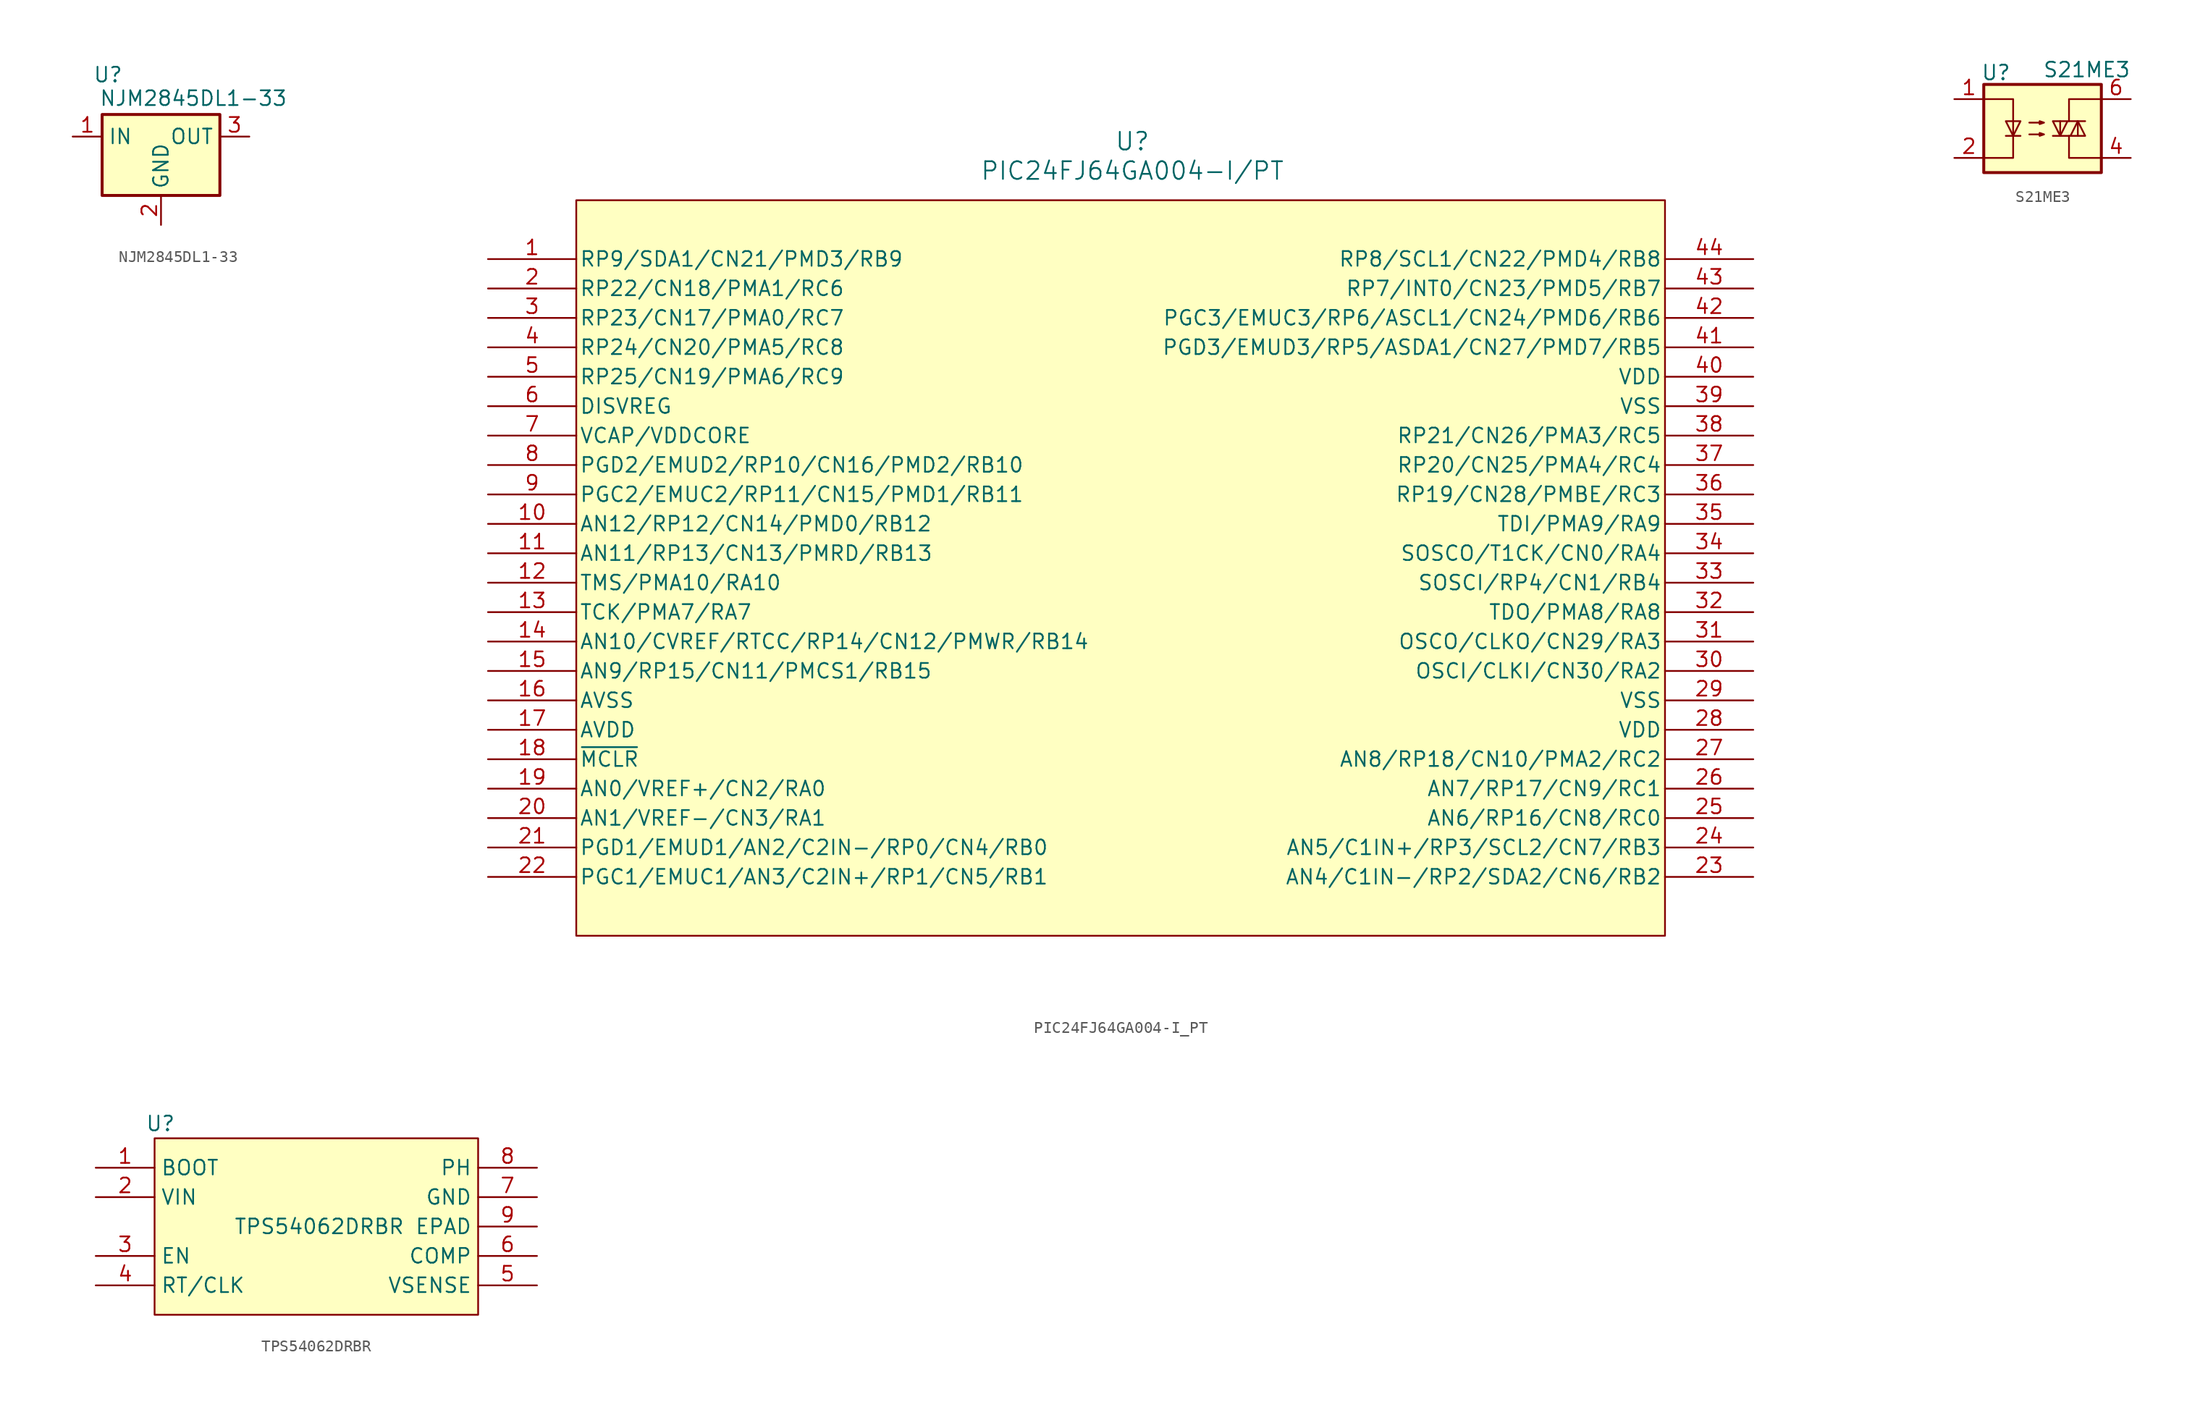
<source format=kicad_sym>
(kicad_symbol_lib
  (version 20231120)
  (generator "kicad_symbol_editor")
  (generator_version "8.0")
  (symbol "NJM2845DL1-33"
    (property "Reference" "U"
      (at 3.048 5.334 0)
      (effects (font (size 1.27 1.27))))
    (property "Value" "NJM2845DL1-33"
      (at 10.414 3.302 0)
      (effects (font (size 1.27 1.27))))
    (symbol "NJM2845DL1-33_0_1"
      (rectangle (start 2.54 1.905) (end 12.7 -5.08) (stroke (width 0.254) (type default)) (fill (type background))))
    (symbol "NJM2845DL1-33_1_1"
      (pin power_in line (at 0 0 0) (length 2.54) (name "IN" (effects (font (size 1.27 1.27)))) (number "1" (effects (font (size 1.27 1.27)))))
      (pin power_in line (at 7.62 -7.62 90) (length 2.54) (name "GND" (effects (font (size 1.27 1.27)))) (number "2" (effects (font (size 1.27 1.27)))))
      (pin power_out line (at 15.24 0 180) (length 2.54) (name "OUT" (effects (font (size 1.27 1.27)))) (number "3" (effects (font (size 1.27 1.27)))))))
  (symbol "PIC24FJ64GA004-I_PT"
    (pin_names
      (offset 0.254))
    (property "Reference" "U"
      (at 55.626 10.16 0)
      (effects (font (size 1.524 1.524))))
    (property "Value" "PIC24FJ64GA004-I/PT"
      (at 55.626 7.62 0)
      (effects (font (size 1.524 1.524))))
    (symbol "PIC24FJ64GA004-I_PT_0_1"
      (pin unspecified line (at 0 0 0) (length 7.62) (name "RP9/SDA1/CN21/PMD3/RB9" (effects (font (size 1.27 1.27)))) (number "1" (effects (font (size 1.27 1.27)))))
      (pin unspecified line (at 0 -22.86 0) (length 7.62) (name "AN12/RP12/CN14/PMD0/RB12" (effects (font (size 1.27 1.27)))) (number "10" (effects (font (size 1.27 1.27)))))
      (pin unspecified line (at 0 -25.4 0) (length 7.62) (name "AN11/RP13/CN13/PMRD/RB13" (effects (font (size 1.27 1.27)))) (number "11" (effects (font (size 1.27 1.27)))))
      (pin unspecified line (at 0 -27.94 0) (length 7.62) (name "TMS/PMA10/RA10" (effects (font (size 1.27 1.27)))) (number "12" (effects (font (size 1.27 1.27)))))
      (pin unspecified line (at 0 -30.48 0) (length 7.62) (name "TCK/PMA7/RA7" (effects (font (size 1.27 1.27)))) (number "13" (effects (font (size 1.27 1.27)))))
      (pin unspecified line (at 0 -33.02 0) (length 7.62) (name "AN10/CVREF/RTCC/RP14/CN12/PMWR/RB14" (effects (font (size 1.27 1.27)))) (number "14" (effects (font (size 1.27 1.27)))))
      (pin unspecified line (at 0 -35.56 0) (length 7.62) (name "AN9/RP15/CN11/PMCS1/RB15" (effects (font (size 1.27 1.27)))) (number "15" (effects (font (size 1.27 1.27)))))
      (pin unspecified line (at 0 -38.1 0) (length 7.62) (name "AVSS" (effects (font (size 1.27 1.27)))) (number "16" (effects (font (size 1.27 1.27)))))
      (pin unspecified line (at 0 -40.64 0) (length 7.62) (name "AVDD" (effects (font (size 1.27 1.27)))) (number "17" (effects (font (size 1.27 1.27)))))
      (pin unspecified line (at 0 -45.72 0) (length 7.62) (name "AN0/VREF+/CN2/RA0" (effects (font (size 1.27 1.27)))) (number "19" (effects (font (size 1.27 1.27)))))
      (pin unspecified line (at 0 -2.54 0) (length 7.62) (name "RP22/CN18/PMA1/RC6" (effects (font (size 1.27 1.27)))) (number "2" (effects (font (size 1.27 1.27)))))
      (pin unspecified line (at 0 -48.26 0) (length 7.62) (name "AN1/VREF-/CN3/RA1" (effects (font (size 1.27 1.27)))) (number "20" (effects (font (size 1.27 1.27)))))
      (pin unspecified line (at 0 -50.8 0) (length 7.62) (name "PGD1/EMUD1/AN2/C2IN-/RP0/CN4/RB0" (effects (font (size 1.27 1.27)))) (number "21" (effects (font (size 1.27 1.27)))))
      (pin unspecified line (at 0 -53.34 0) (length 7.62) (name "PGC1/EMUC1/AN3/C2IN+/RP1/CN5/RB1" (effects (font (size 1.27 1.27)))) (number "22" (effects (font (size 1.27 1.27)))))
      (pin unspecified line (at 109.22 -53.34 180) (length 7.62) (name "AN4/C1IN-/RP2/SDA2/CN6/RB2" (effects (font (size 1.27 1.27)))) (number "23" (effects (font (size 1.27 1.27)))))
      (pin unspecified line (at 109.22 -50.8 180) (length 7.62) (name "AN5/C1IN+/RP3/SCL2/CN7/RB3" (effects (font (size 1.27 1.27)))) (number "24" (effects (font (size 1.27 1.27)))))
      (pin unspecified line (at 109.22 -48.26 180) (length 7.62) (name "AN6/RP16/CN8/RC0" (effects (font (size 1.27 1.27)))) (number "25" (effects (font (size 1.27 1.27)))))
      (pin unspecified line (at 109.22 -45.72 180) (length 7.62) (name "AN7/RP17/CN9/RC1" (effects (font (size 1.27 1.27)))) (number "26" (effects (font (size 1.27 1.27)))))
      (pin unspecified line (at 109.22 -43.18 180) (length 7.62) (name "AN8/RP18/CN10/PMA2/RC2" (effects (font (size 1.27 1.27)))) (number "27" (effects (font (size 1.27 1.27)))))
      (pin unspecified line (at 109.22 -40.64 180) (length 7.62) (name "VDD" (effects (font (size 1.27 1.27)))) (number "28" (effects (font (size 1.27 1.27)))))
      (pin unspecified line (at 109.22 -38.1 180) (length 7.62) (name "VSS" (effects (font (size 1.27 1.27)))) (number "29" (effects (font (size 1.27 1.27)))))
      (pin unspecified line (at 0 -5.08 0) (length 7.62) (name "RP23/CN17/PMA0/RC7" (effects (font (size 1.27 1.27)))) (number "3" (effects (font (size 1.27 1.27)))))
      (pin unspecified line (at 109.22 -35.56 180) (length 7.62) (name "OSCI/CLKI/CN30/RA2" (effects (font (size 1.27 1.27)))) (number "30" (effects (font (size 1.27 1.27)))))
      (pin unspecified line (at 109.22 -33.02 180) (length 7.62) (name "OSCO/CLKO/CN29/RA3" (effects (font (size 1.27 1.27)))) (number "31" (effects (font (size 1.27 1.27)))))
      (pin unspecified line (at 109.22 -30.48 180) (length 7.62) (name "TDO/PMA8/RA8" (effects (font (size 1.27 1.27)))) (number "32" (effects (font (size 1.27 1.27)))))
      (pin unspecified line (at 109.22 -27.94 180) (length 7.62) (name "SOSCI/RP4/CN1/RB4" (effects (font (size 1.27 1.27)))) (number "33" (effects (font (size 1.27 1.27)))))
      (pin unspecified line (at 109.22 -25.4 180) (length 7.62) (name "SOSCO/T1CK/CN0/RA4" (effects (font (size 1.27 1.27)))) (number "34" (effects (font (size 1.27 1.27)))))
      (pin unspecified line (at 109.22 -22.86 180) (length 7.62) (name "TDI/PMA9/RA9" (effects (font (size 1.27 1.27)))) (number "35" (effects (font (size 1.27 1.27)))))
      (pin unspecified line (at 109.22 -20.32 180) (length 7.62) (name "RP19/CN28/PMBE/RC3" (effects (font (size 1.27 1.27)))) (number "36" (effects (font (size 1.27 1.27)))))
      (pin unspecified line (at 109.22 -17.78 180) (length 7.62) (name "RP20/CN25/PMA4/RC4" (effects (font (size 1.27 1.27)))) (number "37" (effects (font (size 1.27 1.27)))))
      (pin unspecified line (at 109.22 -15.24 180) (length 7.62) (name "RP21/CN26/PMA3/RC5" (effects (font (size 1.27 1.27)))) (number "38" (effects (font (size 1.27 1.27)))))
      (pin unspecified line (at 109.22 -12.7 180) (length 7.62) (name "VSS" (effects (font (size 1.27 1.27)))) (number "39" (effects (font (size 1.27 1.27)))))
      (pin unspecified line (at 0 -7.62 0) (length 7.62) (name "RP24/CN20/PMA5/RC8" (effects (font (size 1.27 1.27)))) (number "4" (effects (font (size 1.27 1.27)))))
      (pin unspecified line (at 109.22 -10.16 180) (length 7.62) (name "VDD" (effects (font (size 1.27 1.27)))) (number "40" (effects (font (size 1.27 1.27)))))
      (pin unspecified line (at 109.22 -7.62 180) (length 7.62) (name "PGD3/EMUD3/RP5/ASDA1/CN27/PMD7/RB5" (effects (font (size 1.27 1.27)))) (number "41" (effects (font (size 1.27 1.27)))))
      (pin unspecified line (at 109.22 -5.08 180) (length 7.62) (name "PGC3/EMUC3/RP6/ASCL1/CN24/PMD6/RB6" (effects (font (size 1.27 1.27)))) (number "42" (effects (font (size 1.27 1.27)))))
      (pin unspecified line (at 109.22 -2.54 180) (length 7.62) (name "RP7/INT0/CN23/PMD5/RB7" (effects (font (size 1.27 1.27)))) (number "43" (effects (font (size 1.27 1.27)))))
      (pin unspecified line (at 109.22 0 180) (length 7.62) (name "RP8/SCL1/CN22/PMD4/RB8" (effects (font (size 1.27 1.27)))) (number "44" (effects (font (size 1.27 1.27)))))
      (pin unspecified line (at 0 -10.16 0) (length 7.62) (name "RP25/CN19/PMA6/RC9" (effects (font (size 1.27 1.27)))) (number "5" (effects (font (size 1.27 1.27)))))
      (pin unspecified line (at 0 -12.7 0) (length 7.62) (name "DISVREG" (effects (font (size 1.27 1.27)))) (number "6" (effects (font (size 1.27 1.27)))))
      (pin unspecified line (at 0 -15.24 0) (length 7.62) (name "VCAP/VDDCORE" (effects (font (size 1.27 1.27)))) (number "7" (effects (font (size 1.27 1.27)))))
      (pin unspecified line (at 0 -17.78 0) (length 7.62) (name "PGD2/EMUD2/RP10/CN16/PMD2/RB10" (effects (font (size 1.27 1.27)))) (number "8" (effects (font (size 1.27 1.27)))))
      (pin unspecified line (at 0 -20.32 0) (length 7.62) (name "PGC2/EMUC2/RP11/CN15/PMD1/RB11" (effects (font (size 1.27 1.27)))) (number "9" (effects (font (size 1.27 1.27))))))
    (symbol "PIC24FJ64GA004-I_PT_1_1"
      (rectangle (start 7.62 5.08) (end 101.6 -58.42) (stroke (width 0) (type default)) (fill (type background)))
      (pin unspecified line (at 0 -43.18 0) (length 7.62) (name "~{MCLR}" (effects (font (size 1.27 1.27)))) (number "18" (effects (font (size 1.27 1.27)))))))
  (symbol "S21ME3"
    (property "Reference" "U"
      (at -5.334 4.826 0)
      (effects (font (size 1.27 1.27)) (justify left)))
    (property "Value" "S21ME3"
      (at 0 5.08 0)
      (effects (font (size 1.27 1.27)) (justify left)))
    (symbol "S21ME3_0_1"
      (rectangle (start -5.08 3.81) (end 5.08 -3.81) (stroke (width 0.254) (type default)) (fill (type background)))
      (polyline (pts (xy -3.175 -0.635) (xy -1.905 -0.635)) (stroke (width 0) (type default)) (fill (type none)))
      (polyline (pts (xy 1.524 -0.635) (xy 1.524 0.635)) (stroke (width 0) (type default)) (fill (type none)))
      (polyline (pts (xy 3.048 0.635) (xy 3.048 -0.635)) (stroke (width 0) (type default)) (fill (type none)))
      (polyline (pts (xy 2.286 -0.635) (xy 2.286 -2.54) (xy 5.08 -2.54)) (stroke (width 0) (type default)) (fill (type none)))
      (polyline (pts (xy 2.286 0.635) (xy 2.286 2.54) (xy 5.08 2.54)) (stroke (width 0) (type default)) (fill (type none)))
      (polyline (pts (xy -5.08 2.54) (xy -2.54 2.54) (xy -2.54 -2.54) (xy -5.08 -2.54)) (stroke (width 0) (type default)) (fill (type none)))
      (polyline (pts (xy -2.54 -0.635) (xy -3.175 0.635) (xy -1.905 0.635) (xy -2.54 -0.635)) (stroke (width 0) (type default)) (fill (type none)))
      (polyline (pts (xy 0.889 -0.635) (xy 3.683 -0.635) (xy 3.048 0.635) (xy 2.413 -0.635)) (stroke (width 0) (type default)) (fill (type none)))
      (polyline (pts (xy 3.683 0.635) (xy 0.889 0.635) (xy 1.524 -0.635) (xy 2.159 0.635)) (stroke (width 0) (type default)) (fill (type none)))
      (polyline (pts (xy -1.143 -0.508) (xy 0.127 -0.508) (xy -0.254 -0.635) (xy -0.254 -0.381) (xy 0.127 -0.508)) (stroke (width 0) (type default)) (fill (type none)))
      (polyline (pts (xy -1.143 0.508) (xy 0.127 0.508) (xy -0.254 0.381) (xy -0.254 0.635) (xy 0.127 0.508)) (stroke (width 0) (type default)) (fill (type none))))
    (symbol "S21ME3_1_1"
      (pin passive line (at -7.62 2.54 0) (length 2.54) (name "~" (effects (font (size 1.27 1.27)))) (number "1" (effects (font (size 1.27 1.27)))))
      (pin passive line (at -7.62 -2.54 0) (length 2.54) (name "~" (effects (font (size 1.27 1.27)))) (number "2" (effects (font (size 1.27 1.27)))))
      (pin no_connect line (at -5.08 0 0) (length 2.54) hide (name "NC" (effects (font (size 1.27 1.27)))) (number "3" (effects (font (size 1.27 1.27)))))
      (pin passive line (at 7.62 -2.54 180) (length 2.54) (name "~" (effects (font (size 1.27 1.27)))) (number "4" (effects (font (size 1.27 1.27)))))
      (pin no_connect line (at 5.08 0 180) (length 2.54) hide (name "NC" (effects (font (size 1.27 1.27)))) (number "5" (effects (font (size 1.27 1.27)))))
      (pin passive line (at 7.62 2.54 180) (length 2.54) (name "~" (effects (font (size 1.27 1.27)))) (number "6" (effects (font (size 1.27 1.27)))))))
  (symbol "TPS54062DRBR"
    (property "Reference" "U"
      (at 5.588 3.81 0)
      (effects (font (size 1.27 1.27))))
    (property "Value" "TPS54062DRBR"
      (at 19.304 -5.08 0)
      (effects (font (size 1.27 1.27))))
    (symbol "TPS54062DRBR_1_1"
      (rectangle (start 5.08 2.54) (end 33.02 -12.7) (stroke (width 0) (type default)) (fill (type background)))
      (pin input line (at 0 0 0) (length 5.08) (name "BOOT" (effects (font (size 1.27 1.27)))) (number "1" (effects (font (size 1.27 1.27)))))
      (pin power_in line (at 0 -2.54 0) (length 5.08) (name "VIN" (effects (font (size 1.27 1.27)))) (number "2" (effects (font (size 1.27 1.27)))))
      (pin input line (at 0 -7.62 0) (length 5.08) (name "EN" (effects (font (size 1.27 1.27)))) (number "3" (effects (font (size 1.27 1.27)))))
      (pin input line (at 0 -10.16 0) (length 5.08) (name "RT/CLK" (effects (font (size 1.27 1.27)))) (number "4" (effects (font (size 1.27 1.27)))))
      (pin power_in line (at 38.1 -10.16 180) (length 5.08) (name "VSENSE" (effects (font (size 1.27 1.27)))) (number "5" (effects (font (size 1.27 1.27)))))
      (pin input line (at 38.1 -7.62 180) (length 5.08) (name "COMP" (effects (font (size 1.27 1.27)))) (number "6" (effects (font (size 1.27 1.27)))))
      (pin passive line (at 38.1 -2.54 180) (length 5.08) (name "GND" (effects (font (size 1.27 1.27)))) (number "7" (effects (font (size 1.27 1.27)))))
      (pin power_out line (at 38.1 0 180) (length 5.08) (name "PH" (effects (font (size 1.27 1.27)))) (number "8" (effects (font (size 1.27 1.27)))))
      (pin input line (at 38.1 -5.08 180) (length 5.08) (name "EPAD" (effects (font (size 1.27 1.27)))) (number "9" (effects (font (size 1.27 1.27))))))))
</source>
